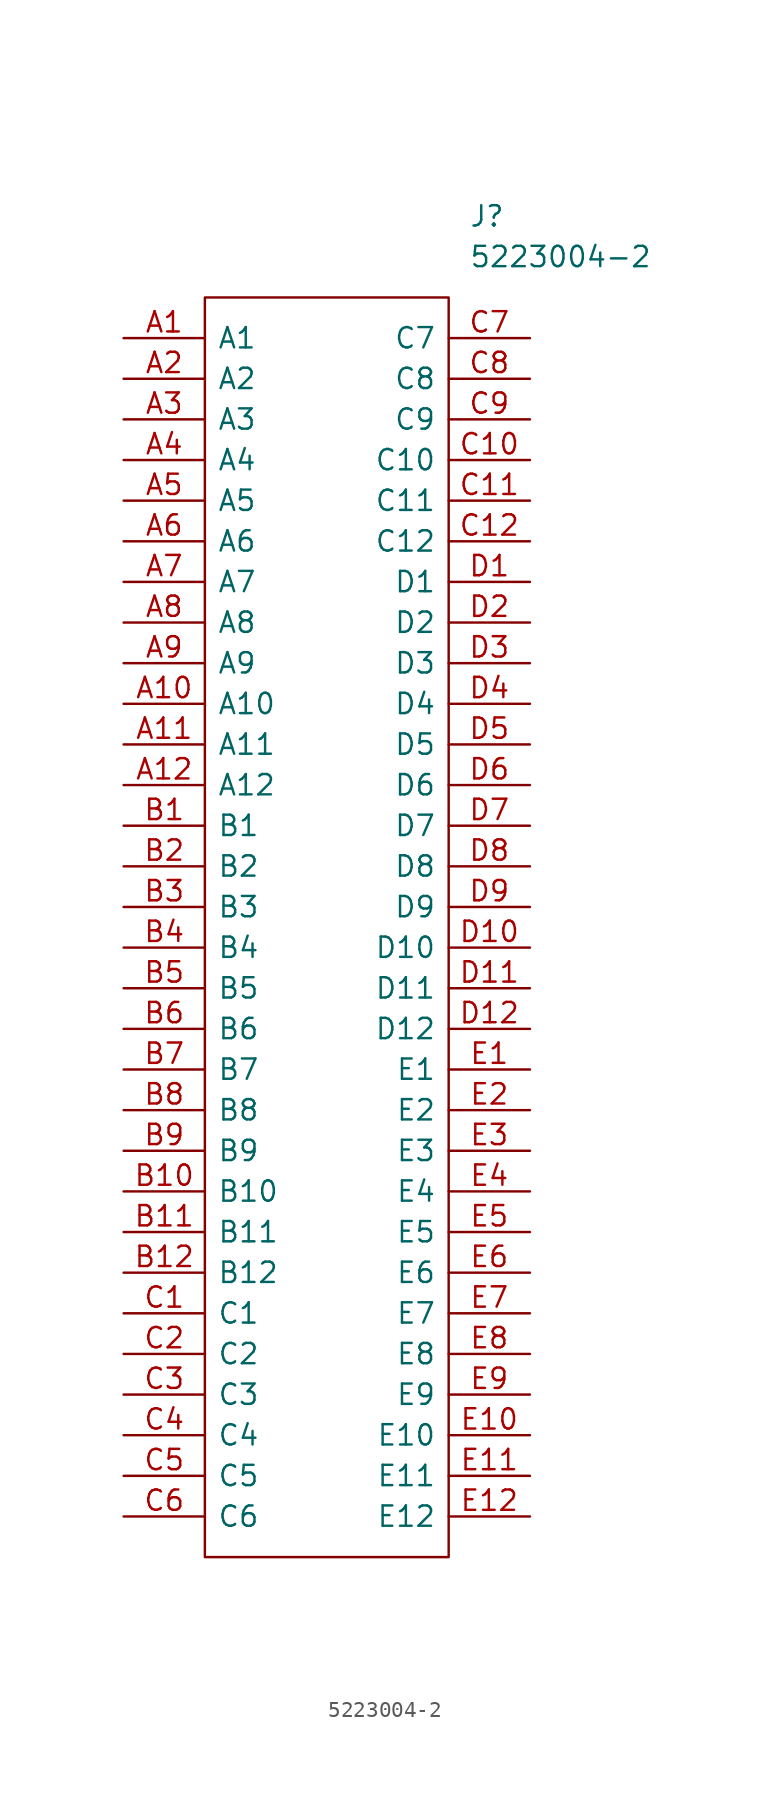
<source format=kicad_sym>
(kicad_symbol_lib
  (version 20220914)
  (generator kicad_symbol_editor)
  (symbol "5223004-2"
    (pin_names
      (offset 0.762))
    (property "Reference" "J"
      (at 21.59 7.62 0)
      (effects (font (size 1.27 1.27)) (justify left)))
    (property "Value" "5223004-2"
      (at 21.59 5.08 0)
      (effects (font (size 1.27 1.27)) (justify left)))
    (symbol "5223004-2_0_0"
      (pin passive line (at 0 0 0) (length 5.08) (name "A1" (effects (font (size 1.27 1.27)))) (number "A1" (effects (font (size 1.27 1.27)))))
      (pin passive line (at 0 -22.86 0) (length 5.08) (name "A10" (effects (font (size 1.27 1.27)))) (number "A10" (effects (font (size 1.27 1.27)))))
      (pin passive line (at 0 -25.4 0) (length 5.08) (name "A11" (effects (font (size 1.27 1.27)))) (number "A11" (effects (font (size 1.27 1.27)))))
      (pin passive line (at 0 -27.94 0) (length 5.08) (name "A12" (effects (font (size 1.27 1.27)))) (number "A12" (effects (font (size 1.27 1.27)))))
      (pin passive line (at 0 -2.54 0) (length 5.08) (name "A2" (effects (font (size 1.27 1.27)))) (number "A2" (effects (font (size 1.27 1.27)))))
      (pin passive line (at 0 -5.08 0) (length 5.08) (name "A3" (effects (font (size 1.27 1.27)))) (number "A3" (effects (font (size 1.27 1.27)))))
      (pin passive line (at 0 -7.62 0) (length 5.08) (name "A4" (effects (font (size 1.27 1.27)))) (number "A4" (effects (font (size 1.27 1.27)))))
      (pin passive line (at 0 -10.16 0) (length 5.08) (name "A5" (effects (font (size 1.27 1.27)))) (number "A5" (effects (font (size 1.27 1.27)))))
      (pin passive line (at 0 -12.7 0) (length 5.08) (name "A6" (effects (font (size 1.27 1.27)))) (number "A6" (effects (font (size 1.27 1.27)))))
      (pin passive line (at 0 -15.24 0) (length 5.08) (name "A7" (effects (font (size 1.27 1.27)))) (number "A7" (effects (font (size 1.27 1.27)))))
      (pin passive line (at 0 -17.78 0) (length 5.08) (name "A8" (effects (font (size 1.27 1.27)))) (number "A8" (effects (font (size 1.27 1.27)))))
      (pin passive line (at 0 -20.32 0) (length 5.08) (name "A9" (effects (font (size 1.27 1.27)))) (number "A9" (effects (font (size 1.27 1.27)))))
      (pin passive line (at 0 -30.48 0) (length 5.08) (name "B1" (effects (font (size 1.27 1.27)))) (number "B1" (effects (font (size 1.27 1.27)))))
      (pin passive line (at 0 -53.34 0) (length 5.08) (name "B10" (effects (font (size 1.27 1.27)))) (number "B10" (effects (font (size 1.27 1.27)))))
      (pin passive line (at 0 -55.88 0) (length 5.08) (name "B11" (effects (font (size 1.27 1.27)))) (number "B11" (effects (font (size 1.27 1.27)))))
      (pin passive line (at 0 -58.42 0) (length 5.08) (name "B12" (effects (font (size 1.27 1.27)))) (number "B12" (effects (font (size 1.27 1.27)))))
      (pin passive line (at 0 -33.02 0) (length 5.08) (name "B2" (effects (font (size 1.27 1.27)))) (number "B2" (effects (font (size 1.27 1.27)))))
      (pin passive line (at 0 -35.56 0) (length 5.08) (name "B3" (effects (font (size 1.27 1.27)))) (number "B3" (effects (font (size 1.27 1.27)))))
      (pin passive line (at 0 -38.1 0) (length 5.08) (name "B4" (effects (font (size 1.27 1.27)))) (number "B4" (effects (font (size 1.27 1.27)))))
      (pin passive line (at 0 -40.64 0) (length 5.08) (name "B5" (effects (font (size 1.27 1.27)))) (number "B5" (effects (font (size 1.27 1.27)))))
      (pin passive line (at 0 -43.18 0) (length 5.08) (name "B6" (effects (font (size 1.27 1.27)))) (number "B6" (effects (font (size 1.27 1.27)))))
      (pin passive line (at 0 -45.72 0) (length 5.08) (name "B7" (effects (font (size 1.27 1.27)))) (number "B7" (effects (font (size 1.27 1.27)))))
      (pin passive line (at 0 -48.26 0) (length 5.08) (name "B8" (effects (font (size 1.27 1.27)))) (number "B8" (effects (font (size 1.27 1.27)))))
      (pin passive line (at 0 -50.8 0) (length 5.08) (name "B9" (effects (font (size 1.27 1.27)))) (number "B9" (effects (font (size 1.27 1.27)))))
      (pin passive line (at 0 -60.96 0) (length 5.08) (name "C1" (effects (font (size 1.27 1.27)))) (number "C1" (effects (font (size 1.27 1.27)))))
      (pin passive line (at 25.4 -7.62 180) (length 5.08) (name "C10" (effects (font (size 1.27 1.27)))) (number "C10" (effects (font (size 1.27 1.27)))))
      (pin passive line (at 25.4 -10.16 180) (length 5.08) (name "C11" (effects (font (size 1.27 1.27)))) (number "C11" (effects (font (size 1.27 1.27)))))
      (pin passive line (at 25.4 -12.7 180) (length 5.08) (name "C12" (effects (font (size 1.27 1.27)))) (number "C12" (effects (font (size 1.27 1.27)))))
      (pin passive line (at 0 -63.5 0) (length 5.08) (name "C2" (effects (font (size 1.27 1.27)))) (number "C2" (effects (font (size 1.27 1.27)))))
      (pin passive line (at 0 -66.04 0) (length 5.08) (name "C3" (effects (font (size 1.27 1.27)))) (number "C3" (effects (font (size 1.27 1.27)))))
      (pin passive line (at 0 -68.58 0) (length 5.08) (name "C4" (effects (font (size 1.27 1.27)))) (number "C4" (effects (font (size 1.27 1.27)))))
      (pin passive line (at 0 -71.12 0) (length 5.08) (name "C5" (effects (font (size 1.27 1.27)))) (number "C5" (effects (font (size 1.27 1.27)))))
      (pin passive line (at 0 -73.66 0) (length 5.08) (name "C6" (effects (font (size 1.27 1.27)))) (number "C6" (effects (font (size 1.27 1.27)))))
      (pin passive line (at 25.4 0 180) (length 5.08) (name "C7" (effects (font (size 1.27 1.27)))) (number "C7" (effects (font (size 1.27 1.27)))))
      (pin passive line (at 25.4 -2.54 180) (length 5.08) (name "C8" (effects (font (size 1.27 1.27)))) (number "C8" (effects (font (size 1.27 1.27)))))
      (pin passive line (at 25.4 -5.08 180) (length 5.08) (name "C9" (effects (font (size 1.27 1.27)))) (number "C9" (effects (font (size 1.27 1.27)))))
      (pin passive line (at 25.4 -15.24 180) (length 5.08) (name "D1" (effects (font (size 1.27 1.27)))) (number "D1" (effects (font (size 1.27 1.27)))))
      (pin passive line (at 25.4 -38.1 180) (length 5.08) (name "D10" (effects (font (size 1.27 1.27)))) (number "D10" (effects (font (size 1.27 1.27)))))
      (pin passive line (at 25.4 -40.64 180) (length 5.08) (name "D11" (effects (font (size 1.27 1.27)))) (number "D11" (effects (font (size 1.27 1.27)))))
      (pin passive line (at 25.4 -43.18 180) (length 5.08) (name "D12" (effects (font (size 1.27 1.27)))) (number "D12" (effects (font (size 1.27 1.27)))))
      (pin passive line (at 25.4 -17.78 180) (length 5.08) (name "D2" (effects (font (size 1.27 1.27)))) (number "D2" (effects (font (size 1.27 1.27)))))
      (pin passive line (at 25.4 -20.32 180) (length 5.08) (name "D3" (effects (font (size 1.27 1.27)))) (number "D3" (effects (font (size 1.27 1.27)))))
      (pin passive line (at 25.4 -22.86 180) (length 5.08) (name "D4" (effects (font (size 1.27 1.27)))) (number "D4" (effects (font (size 1.27 1.27)))))
      (pin passive line (at 25.4 -25.4 180) (length 5.08) (name "D5" (effects (font (size 1.27 1.27)))) (number "D5" (effects (font (size 1.27 1.27)))))
      (pin passive line (at 25.4 -27.94 180) (length 5.08) (name "D6" (effects (font (size 1.27 1.27)))) (number "D6" (effects (font (size 1.27 1.27)))))
      (pin passive line (at 25.4 -30.48 180) (length 5.08) (name "D7" (effects (font (size 1.27 1.27)))) (number "D7" (effects (font (size 1.27 1.27)))))
      (pin passive line (at 25.4 -33.02 180) (length 5.08) (name "D8" (effects (font (size 1.27 1.27)))) (number "D8" (effects (font (size 1.27 1.27)))))
      (pin passive line (at 25.4 -35.56 180) (length 5.08) (name "D9" (effects (font (size 1.27 1.27)))) (number "D9" (effects (font (size 1.27 1.27)))))
      (pin passive line (at 25.4 -45.72 180) (length 5.08) (name "E1" (effects (font (size 1.27 1.27)))) (number "E1" (effects (font (size 1.27 1.27)))))
      (pin passive line (at 25.4 -68.58 180) (length 5.08) (name "E10" (effects (font (size 1.27 1.27)))) (number "E10" (effects (font (size 1.27 1.27)))))
      (pin passive line (at 25.4 -71.12 180) (length 5.08) (name "E11" (effects (font (size 1.27 1.27)))) (number "E11" (effects (font (size 1.27 1.27)))))
      (pin passive line (at 25.4 -73.66 180) (length 5.08) (name "E12" (effects (font (size 1.27 1.27)))) (number "E12" (effects (font (size 1.27 1.27)))))
      (pin passive line (at 25.4 -48.26 180) (length 5.08) (name "E2" (effects (font (size 1.27 1.27)))) (number "E2" (effects (font (size 1.27 1.27)))))
      (pin passive line (at 25.4 -50.8 180) (length 5.08) (name "E3" (effects (font (size 1.27 1.27)))) (number "E3" (effects (font (size 1.27 1.27)))))
      (pin passive line (at 25.4 -53.34 180) (length 5.08) (name "E4" (effects (font (size 1.27 1.27)))) (number "E4" (effects (font (size 1.27 1.27)))))
      (pin passive line (at 25.4 -55.88 180) (length 5.08) (name "E5" (effects (font (size 1.27 1.27)))) (number "E5" (effects (font (size 1.27 1.27)))))
      (pin passive line (at 25.4 -58.42 180) (length 5.08) (name "E6" (effects (font (size 1.27 1.27)))) (number "E6" (effects (font (size 1.27 1.27)))))
      (pin passive line (at 25.4 -60.96 180) (length 5.08) (name "E7" (effects (font (size 1.27 1.27)))) (number "E7" (effects (font (size 1.27 1.27)))))
      (pin passive line (at 25.4 -63.5 180) (length 5.08) (name "E8" (effects (font (size 1.27 1.27)))) (number "E8" (effects (font (size 1.27 1.27)))))
      (pin passive line (at 25.4 -66.04 180) (length 5.08) (name "E9" (effects (font (size 1.27 1.27)))) (number "E9" (effects (font (size 1.27 1.27))))))
    (symbol "5223004-2_0_1"
      (polyline (pts (xy 5.08 2.54) (xy 20.32 2.54) (xy 20.32 -76.2) (xy 5.08 -76.2) (xy 5.08 2.54)) (stroke (width 0.152) (type solid)) (fill (type none))))))
</source>
